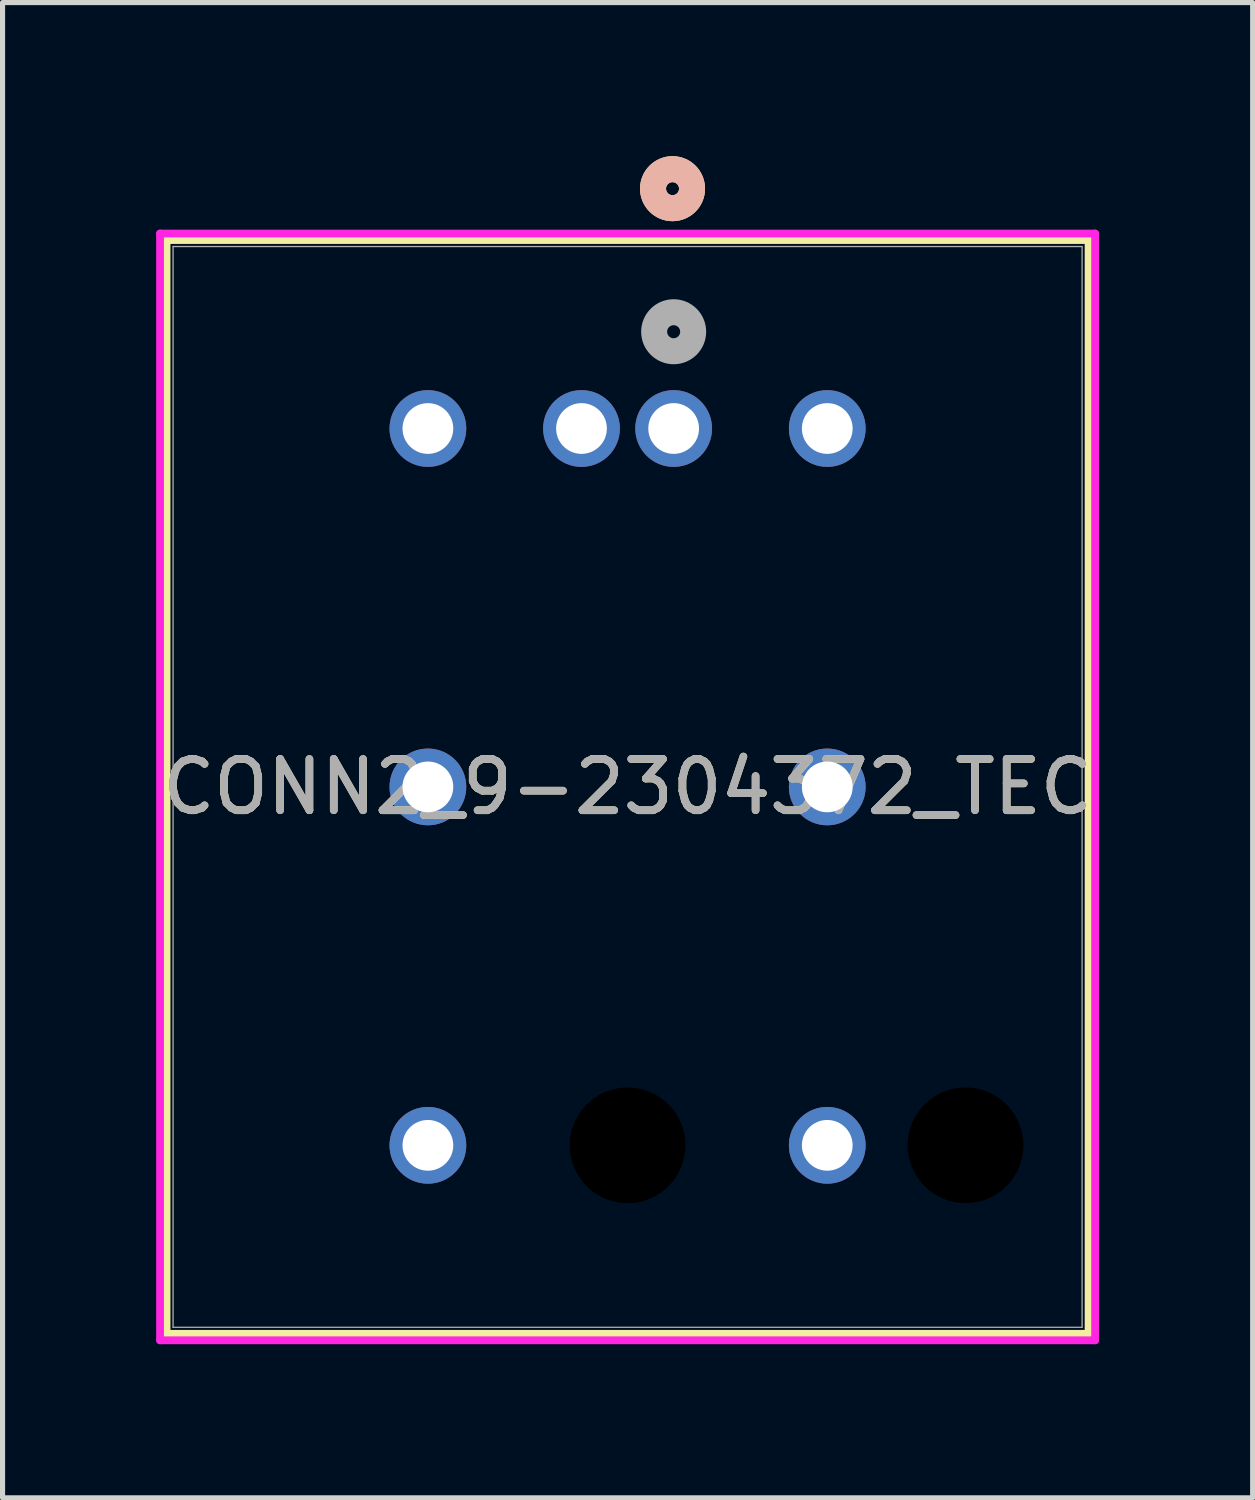
<source format=kicad_pcb>
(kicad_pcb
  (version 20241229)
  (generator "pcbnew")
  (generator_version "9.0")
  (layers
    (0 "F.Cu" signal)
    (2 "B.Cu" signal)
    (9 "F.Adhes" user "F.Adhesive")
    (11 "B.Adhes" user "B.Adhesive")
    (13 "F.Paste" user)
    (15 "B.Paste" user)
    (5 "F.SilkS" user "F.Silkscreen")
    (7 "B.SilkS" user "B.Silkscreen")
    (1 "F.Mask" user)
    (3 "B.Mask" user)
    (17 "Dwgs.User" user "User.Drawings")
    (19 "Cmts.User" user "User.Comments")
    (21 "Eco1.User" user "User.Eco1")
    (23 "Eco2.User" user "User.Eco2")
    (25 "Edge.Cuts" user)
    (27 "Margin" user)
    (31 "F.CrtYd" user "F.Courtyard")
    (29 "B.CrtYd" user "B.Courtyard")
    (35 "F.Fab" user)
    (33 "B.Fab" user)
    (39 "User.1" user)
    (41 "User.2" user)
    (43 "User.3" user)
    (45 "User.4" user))
  (footprint "CONN2_9-2304372_TEC"
    (layer "F.Cu")
    (at 10.107 5.319)
    (property "Reference" "CONN2_9-2304372_TEC" (at -0.9 7 0) (unlocked yes) (layer "F.SilkS") (effects (font (size 1 1) (thickness 0.15))))
    (attr through_hole)
    (fp_line (start -9.904 -3.681) (end -9.904 17.681) (stroke (width 0.152) (type solid)) (layer "F.SilkS"))
    (fp_line (start -9.904 17.681) (end 8.104 17.681) (stroke (width 0.152) (type solid)) (layer "F.SilkS"))
    (fp_line (start 8.104 -3.681) (end -9.904 -3.681) (stroke (width 0.152) (type solid)) (layer "F.SilkS"))
    (fp_line (start 8.104 17.681) (end 8.104 -3.681) (stroke (width 0.152) (type solid)) (layer "F.SilkS"))
    (fp_circle (center -0.022 -4.684) (end 0.359 -4.684) (stroke (width 0.508) (type solid)) (fill no) (layer "F.SilkS"))
    (fp_circle (center -0.022 -4.684) (end 0.359 -4.684) (stroke (width 0.508) (type solid)) (fill no) (layer "B.SilkS"))
    (fp_line (start -10.031 -3.808) (end -10.031 17.808) (stroke (width 0.152) (type solid)) (layer "F.CrtYd"))
    (fp_line (start -10.031 17.808) (end 8.231 17.808) (stroke (width 0.152) (type solid)) (layer "F.CrtYd"))
    (fp_line (start 8.231 -3.808) (end -10.031 -3.808) (stroke (width 0.152) (type solid)) (layer "F.CrtYd"))
    (fp_line (start 8.231 17.808) (end 8.231 -3.808) (stroke (width 0.152) (type solid)) (layer "F.CrtYd"))
    (fp_line (start -9.777 -3.554) (end -9.777 17.554) (stroke (width 0.025) (type solid)) (layer "F.Fab"))
    (fp_line (start -9.777 17.554) (end 7.977 17.554) (stroke (width 0.025) (type solid)) (layer "F.Fab"))
    (fp_line (start 7.977 -3.554) (end -9.777 -3.554) (stroke (width 0.025) (type solid)) (layer "F.Fab"))
    (fp_line (start 7.977 17.554) (end 7.977 -3.554) (stroke (width 0.025) (type solid)) (layer "F.Fab"))
    (fp_circle (center 0.000001 -1.89) (end 0.381 -1.89) (stroke (width 0.508) (type solid)) (fill no) (layer "F.Fab"))
    (fp_text user "${REFERENCE}" (at -0.9 7 0) (unlocked yes) (layer "F.Fab") (effects (font (size 1 1) (thickness 0.15))))
    (pad "" np_thru_hole circle (at -0.9 14) (size 2.261 2.261) (drill 2.261) (layers))
    (pad "" np_thru_hole circle (at 5.7 14) (size 2.261 2.261) (drill 2.261) (layers))
    (pad "1" thru_hole circle (at 0.000001 0) (size 1.499 1.499) (drill 0.991) (layers "*.Cu" "*.Mask"))
    (pad "2" thru_hole circle (at -1.8 0) (size 1.499 1.499) (drill 0.991) (layers "*.Cu" "*.Mask"))
    (pad "3" thru_hole circle (at -4.8 0) (size 1.499 1.499) (drill 0.991) (layers "*.Cu" "*.Mask"))
    (pad "4" thru_hole circle (at 3 0) (size 1.499 1.499) (drill 0.991) (layers "*.Cu" "*.Mask"))
    (pad "5" thru_hole circle (at -4.8 7) (size 1.499 1.499) (drill 0.991) (layers "*.Cu" "*.Mask"))
    (pad "6" thru_hole circle (at 3 7) (size 1.499 1.499) (drill 0.991) (layers "*.Cu" "*.Mask"))
    (pad "7" thru_hole circle (at -4.8 14) (size 1.499 1.499) (drill 0.991) (layers "*.Cu" "*.Mask"))
    (pad "8" thru_hole circle (at 3 14) (size 1.499 1.499) (drill 0.991) (layers "*.Cu" "*.Mask")))
  (gr_rect
    (start -3 -3)
    (end 21.415 26.203)
    (stroke (width 0.1) (type default))
    (fill no)
    (layer "Edge.Cuts")))
</source>
